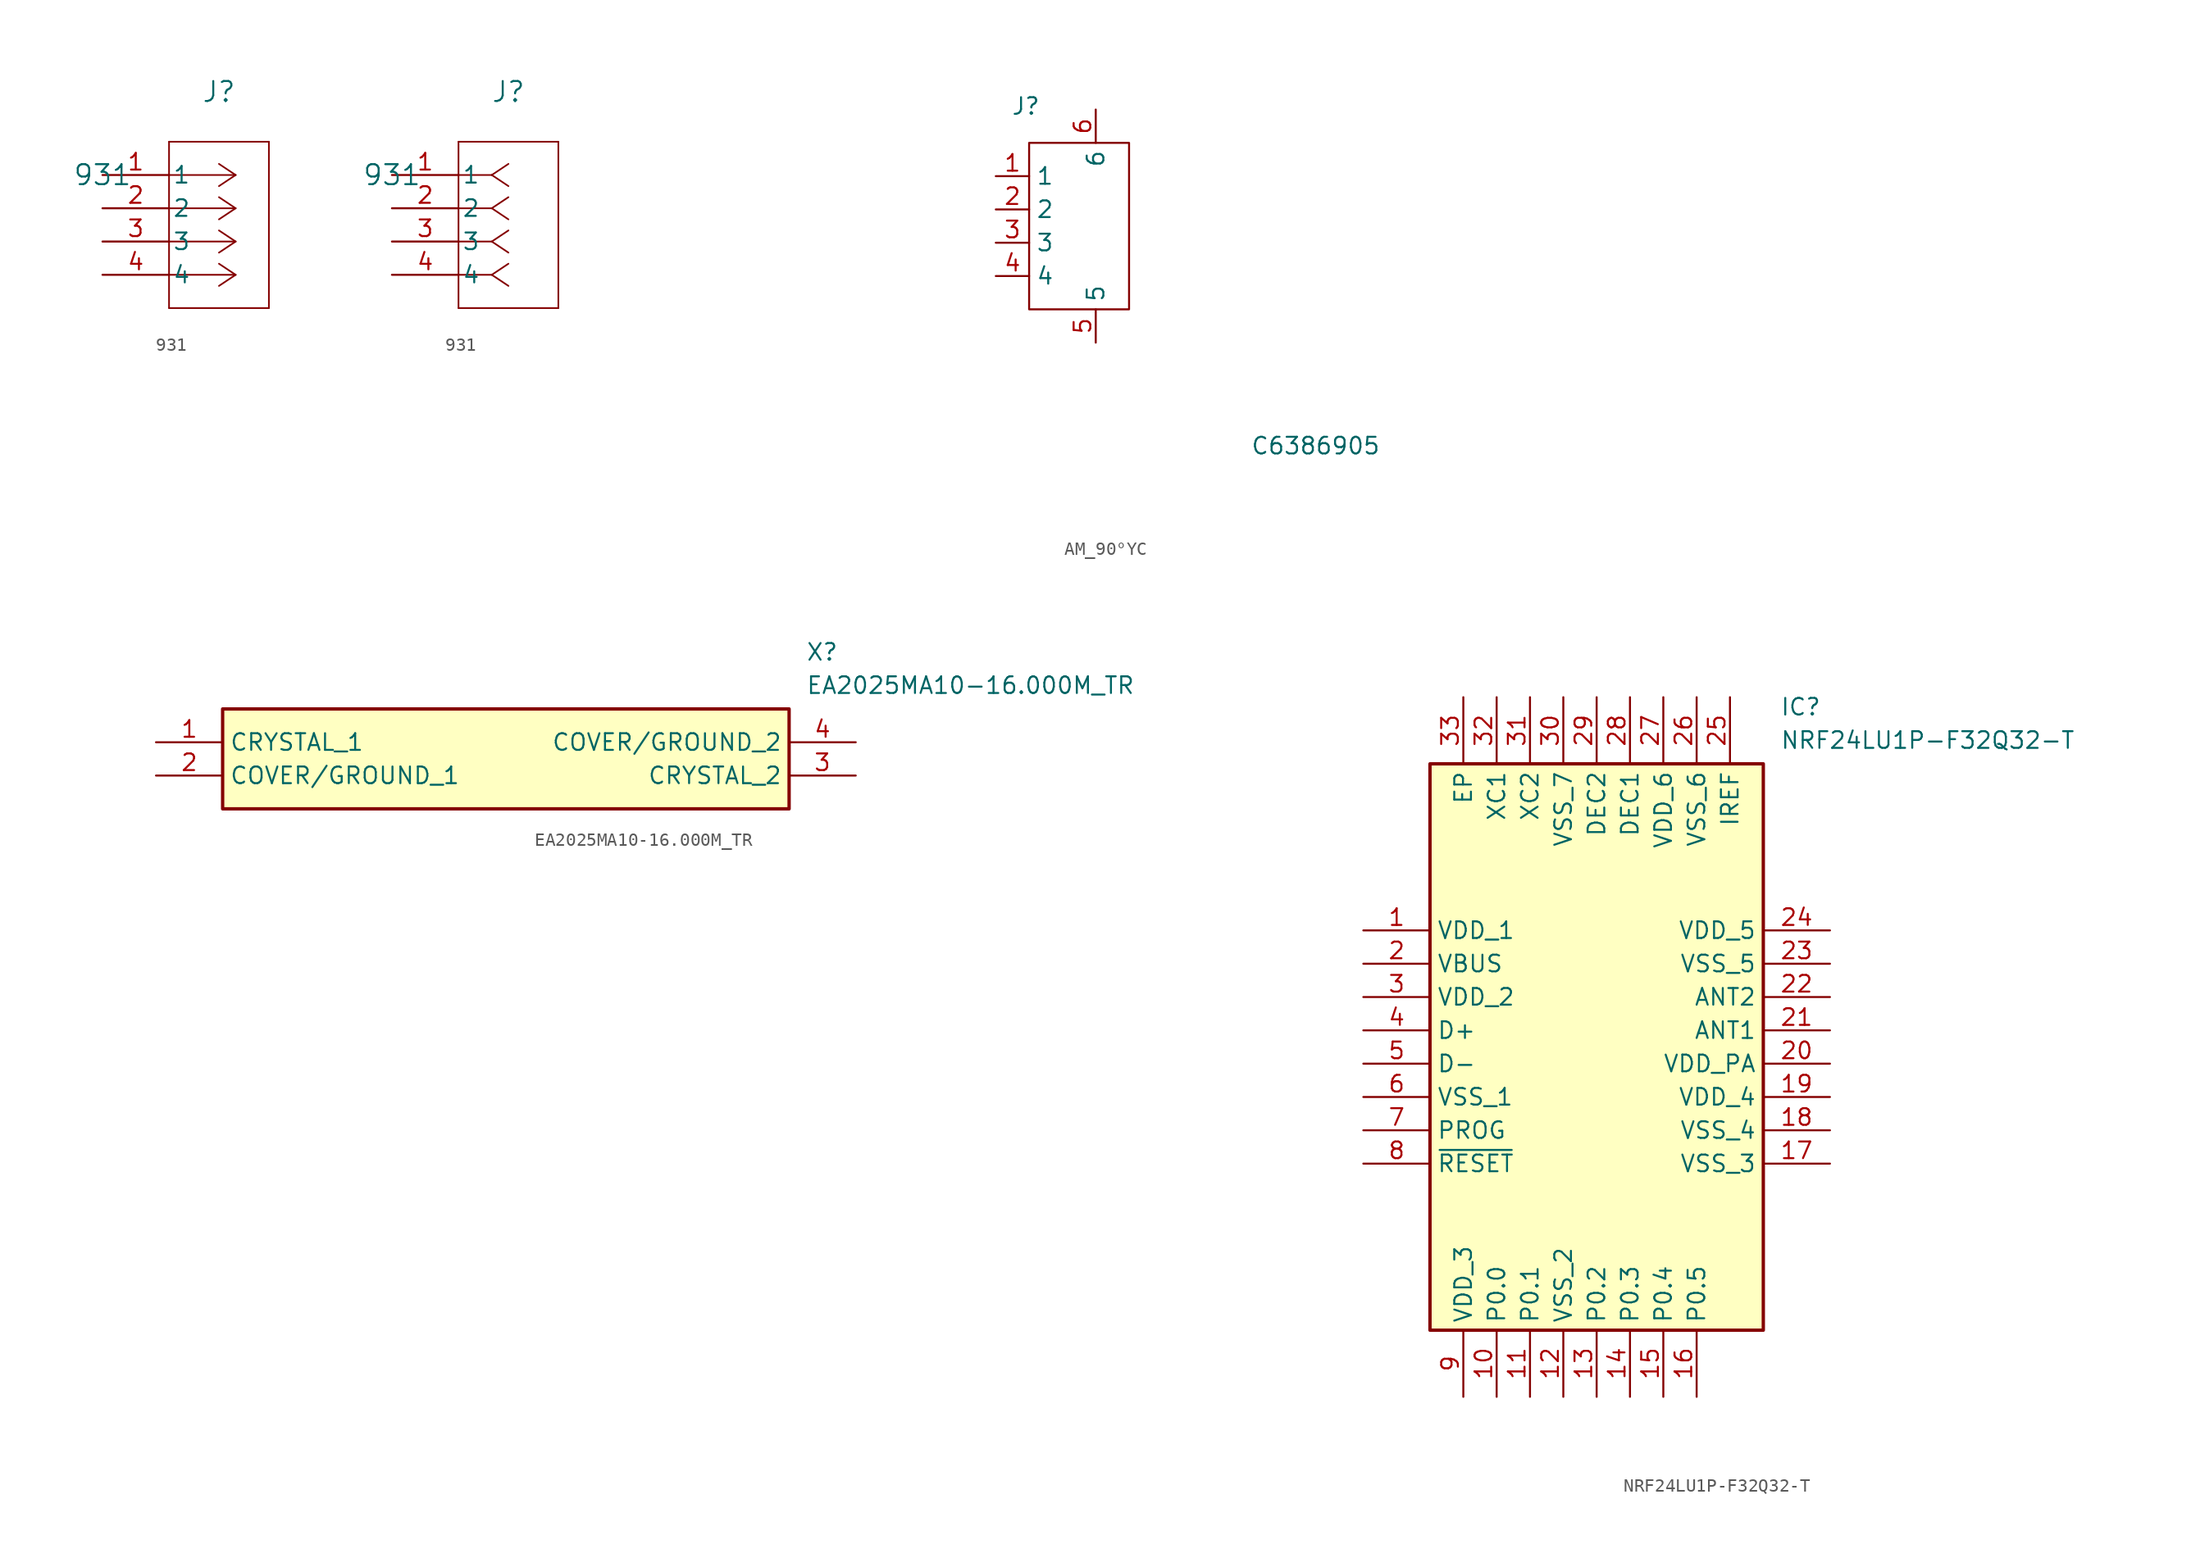
<source format=kicad_sym>
(kicad_symbol_lib
  (version 20231120)
  (generator "kicad_symbol_editor")
  (generator_version "8.0")
  (symbol "931"
    (pin_names
      (offset 0.254))
    (property "Reference" "J"
      (at 8.89 6.35 0)
      (effects (font (size 1.524 1.524))))
    (property "Value" "931"
      (at 0 0 0)
      (effects (font (size 1.524 1.524))))
    (symbol "931_1_1"
      (polyline (pts (xy 5.08 -10.16) (xy 12.7 -10.16)) (stroke (width 0.127) (type default)) (fill (type none)))
      (polyline (pts (xy 5.08 2.54) (xy 5.08 -10.16)) (stroke (width 0.127) (type default)) (fill (type none)))
      (polyline (pts (xy 10.16 -7.62) (xy 5.08 -7.62)) (stroke (width 0.127) (type default)) (fill (type none)))
      (polyline (pts (xy 10.16 -7.62) (xy 8.89 -8.467)) (stroke (width 0.127) (type default)) (fill (type none)))
      (polyline (pts (xy 10.16 -7.62) (xy 8.89 -6.773)) (stroke (width 0.127) (type default)) (fill (type none)))
      (polyline (pts (xy 10.16 -5.08) (xy 5.08 -5.08)) (stroke (width 0.127) (type default)) (fill (type none)))
      (polyline (pts (xy 10.16 -5.08) (xy 8.89 -5.927)) (stroke (width 0.127) (type default)) (fill (type none)))
      (polyline (pts (xy 10.16 -5.08) (xy 8.89 -4.233)) (stroke (width 0.127) (type default)) (fill (type none)))
      (polyline (pts (xy 10.16 -2.54) (xy 5.08 -2.54)) (stroke (width 0.127) (type default)) (fill (type none)))
      (polyline (pts (xy 10.16 -2.54) (xy 8.89 -3.387)) (stroke (width 0.127) (type default)) (fill (type none)))
      (polyline (pts (xy 10.16 -2.54) (xy 8.89 -1.693)) (stroke (width 0.127) (type default)) (fill (type none)))
      (polyline (pts (xy 10.16 0) (xy 5.08 0)) (stroke (width 0.127) (type default)) (fill (type none)))
      (polyline (pts (xy 10.16 0) (xy 8.89 -0.847)) (stroke (width 0.127) (type default)) (fill (type none)))
      (polyline (pts (xy 10.16 0) (xy 8.89 0.847)) (stroke (width 0.127) (type default)) (fill (type none)))
      (polyline (pts (xy 12.7 -10.16) (xy 12.7 2.54)) (stroke (width 0.127) (type default)) (fill (type none)))
      (polyline (pts (xy 12.7 2.54) (xy 5.08 2.54)) (stroke (width 0.127) (type default)) (fill (type none)))
      (pin unspecified line (at 0 0 0) (length 5.08) (name "1" (effects (font (size 1.27 1.27)))) (number "1" (effects (font (size 1.27 1.27)))))
      (pin unspecified line (at 0 -2.54 0) (length 5.08) (name "2" (effects (font (size 1.27 1.27)))) (number "2" (effects (font (size 1.27 1.27)))))
      (pin unspecified line (at 0 -5.08 0) (length 5.08) (name "3" (effects (font (size 1.27 1.27)))) (number "3" (effects (font (size 1.27 1.27)))))
      (pin unspecified line (at 0 -7.62 0) (length 5.08) (name "4" (effects (font (size 1.27 1.27)))) (number "4" (effects (font (size 1.27 1.27))))))
    (symbol "931_1_2"
      (polyline (pts (xy 5.08 -10.16) (xy 12.7 -10.16)) (stroke (width 0.127) (type default)) (fill (type none)))
      (polyline (pts (xy 5.08 2.54) (xy 5.08 -10.16)) (stroke (width 0.127) (type default)) (fill (type none)))
      (polyline (pts (xy 7.62 -7.62) (xy 5.08 -7.62)) (stroke (width 0.127) (type default)) (fill (type none)))
      (polyline (pts (xy 7.62 -7.62) (xy 8.89 -8.467)) (stroke (width 0.127) (type default)) (fill (type none)))
      (polyline (pts (xy 7.62 -7.62) (xy 8.89 -6.773)) (stroke (width 0.127) (type default)) (fill (type none)))
      (polyline (pts (xy 7.62 -5.08) (xy 5.08 -5.08)) (stroke (width 0.127) (type default)) (fill (type none)))
      (polyline (pts (xy 7.62 -5.08) (xy 8.89 -5.927)) (stroke (width 0.127) (type default)) (fill (type none)))
      (polyline (pts (xy 7.62 -5.08) (xy 8.89 -4.233)) (stroke (width 0.127) (type default)) (fill (type none)))
      (polyline (pts (xy 7.62 -2.54) (xy 5.08 -2.54)) (stroke (width 0.127) (type default)) (fill (type none)))
      (polyline (pts (xy 7.62 -2.54) (xy 8.89 -3.387)) (stroke (width 0.127) (type default)) (fill (type none)))
      (polyline (pts (xy 7.62 -2.54) (xy 8.89 -1.693)) (stroke (width 0.127) (type default)) (fill (type none)))
      (polyline (pts (xy 7.62 0) (xy 5.08 0)) (stroke (width 0.127) (type default)) (fill (type none)))
      (polyline (pts (xy 7.62 0) (xy 8.89 -0.847)) (stroke (width 0.127) (type default)) (fill (type none)))
      (polyline (pts (xy 7.62 0) (xy 8.89 0.847)) (stroke (width 0.127) (type default)) (fill (type none)))
      (polyline (pts (xy 12.7 -10.16) (xy 12.7 2.54)) (stroke (width 0.127) (type default)) (fill (type none)))
      (polyline (pts (xy 12.7 2.54) (xy 5.08 2.54)) (stroke (width 0.127) (type default)) (fill (type none)))
      (pin unspecified line (at 0 0 0) (length 5.08) (name "1" (effects (font (size 1.27 1.27)))) (number "1" (effects (font (size 1.27 1.27)))))
      (pin unspecified line (at 0 -2.54 0) (length 5.08) (name "2" (effects (font (size 1.27 1.27)))) (number "2" (effects (font (size 1.27 1.27)))))
      (pin unspecified line (at 0 -5.08 0) (length 5.08) (name "3" (effects (font (size 1.27 1.27)))) (number "3" (effects (font (size 1.27 1.27)))))
      (pin unspecified line (at 0 -7.62 0) (length 5.08) (name "4" (effects (font (size 1.27 1.27)))) (number "4" (effects (font (size 1.27 1.27)))))))
  (symbol "AM_90°YC"
    (property "Reference" "J"
      (at -5.334 0.254 0)
      (effects (font (size 1.27 1.27))))
    (property "Value" " C6386905"
      (at 16.764 -25.654 0)
      (effects (font (size 1.27 1.27))))
    (symbol "AM_90°YC_0_1"
      (rectangle (start -5.08 -2.54) (end 2.54 -15.24) (stroke (width 0) (type default)) (fill (type none))))
    (symbol "AM_90°YC_1_1"
      (text private "AM 90°YC - USB-A 2.0" (at -0.762 -25.4 0) (effects (font (size 1.27 1.27))))
      (text private "https://jlcpcb.com/partdetail/SHOUHAN-AM_90YC/C6386905" (at 0.762 -28.448 0) (effects (font (size 1.27 1.27))))
      (pin input line (at -7.62 -5.08 0) (length 2.54) (name "1" (effects (font (size 1.27 1.27)))) (number "1" (effects (font (size 1.27 1.27)))))
      (pin input line (at -7.62 -7.62 0) (length 2.54) (name "2" (effects (font (size 1.27 1.27)))) (number "2" (effects (font (size 1.27 1.27)))))
      (pin input line (at -7.62 -10.16 0) (length 2.54) (name "3" (effects (font (size 1.27 1.27)))) (number "3" (effects (font (size 1.27 1.27)))))
      (pin input line (at -7.62 -12.7 0) (length 2.54) (name "4" (effects (font (size 1.27 1.27)))) (number "4" (effects (font (size 1.27 1.27)))))
      (pin input line (at 0 -17.78 90) (length 2.54) (name "5" (effects (font (size 1.27 1.27)))) (number "5" (effects (font (size 1.27 1.27)))))
      (pin input line (at 0 0 270) (length 2.54) (name "6" (effects (font (size 1.27 1.27)))) (number "6" (effects (font (size 1.27 1.27)))))))
  (symbol "EA2025MA10-16.000M_TR"
    (property "Reference" "X"
      (at 49.53 7.62 0)
      (effects (font (size 1.27 1.27)) (justify left top)))
    (property "Value" "EA2025MA10-16.000M_TR"
      (at 49.53 5.08 0)
      (effects (font (size 1.27 1.27)) (justify left top)))
    (symbol "EA2025MA10-16.000M_TR_1_1"
      (rectangle (start 5.08 2.54) (end 48.26 -5.08) (stroke (width 0.254) (type default)) (fill (type background)))
      (pin passive line (at 0 0 0) (length 5.08) (name "CRYSTAL_1" (effects (font (size 1.27 1.27)))) (number "1" (effects (font (size 1.27 1.27)))))
      (pin passive line (at 0 -2.54 0) (length 5.08) (name "COVER/GROUND_1" (effects (font (size 1.27 1.27)))) (number "2" (effects (font (size 1.27 1.27)))))
      (pin passive line (at 53.34 -2.54 180) (length 5.08) (name "CRYSTAL_2" (effects (font (size 1.27 1.27)))) (number "3" (effects (font (size 1.27 1.27)))))
      (pin passive line (at 53.34 0 180) (length 5.08) (name "COVER/GROUND_2" (effects (font (size 1.27 1.27)))) (number "4" (effects (font (size 1.27 1.27)))))))
  (symbol "NRF24LU1P-F32Q32-T"
    (property "Reference" "IC"
      (at 31.75 17.78 0)
      (effects (font (size 1.27 1.27)) (justify left top)))
    (property "Value" "NRF24LU1P-F32Q32-T"
      (at 31.75 15.24 0)
      (effects (font (size 1.27 1.27)) (justify left top)))
    (symbol "NRF24LU1P-F32Q32-T_1_1"
      (rectangle (start 5.08 12.7) (end 30.48 -30.48) (stroke (width 0.254) (type default)) (fill (type background)))
      (pin passive line (at 0 0 0) (length 5.08) (name "VDD_1" (effects (font (size 1.27 1.27)))) (number "1" (effects (font (size 1.27 1.27)))))
      (pin passive line (at 10.16 -35.56 90) (length 5.08) (name "P0.0" (effects (font (size 1.27 1.27)))) (number "10" (effects (font (size 1.27 1.27)))))
      (pin passive line (at 12.7 -35.56 90) (length 5.08) (name "P0.1" (effects (font (size 1.27 1.27)))) (number "11" (effects (font (size 1.27 1.27)))))
      (pin passive line (at 15.24 -35.56 90) (length 5.08) (name "VSS_2" (effects (font (size 1.27 1.27)))) (number "12" (effects (font (size 1.27 1.27)))))
      (pin passive line (at 17.78 -35.56 90) (length 5.08) (name "P0.2" (effects (font (size 1.27 1.27)))) (number "13" (effects (font (size 1.27 1.27)))))
      (pin passive line (at 20.32 -35.56 90) (length 5.08) (name "P0.3" (effects (font (size 1.27 1.27)))) (number "14" (effects (font (size 1.27 1.27)))))
      (pin passive line (at 22.86 -35.56 90) (length 5.08) (name "P0.4" (effects (font (size 1.27 1.27)))) (number "15" (effects (font (size 1.27 1.27)))))
      (pin passive line (at 25.4 -35.56 90) (length 5.08) (name "P0.5" (effects (font (size 1.27 1.27)))) (number "16" (effects (font (size 1.27 1.27)))))
      (pin passive line (at 35.56 -17.78 180) (length 5.08) (name "VSS_3" (effects (font (size 1.27 1.27)))) (number "17" (effects (font (size 1.27 1.27)))))
      (pin passive line (at 35.56 -15.24 180) (length 5.08) (name "VSS_4" (effects (font (size 1.27 1.27)))) (number "18" (effects (font (size 1.27 1.27)))))
      (pin passive line (at 35.56 -12.7 180) (length 5.08) (name "VDD_4" (effects (font (size 1.27 1.27)))) (number "19" (effects (font (size 1.27 1.27)))))
      (pin passive line (at 0 -2.54 0) (length 5.08) (name "VBUS" (effects (font (size 1.27 1.27)))) (number "2" (effects (font (size 1.27 1.27)))))
      (pin passive line (at 35.56 -10.16 180) (length 5.08) (name "VDD_PA" (effects (font (size 1.27 1.27)))) (number "20" (effects (font (size 1.27 1.27)))))
      (pin passive line (at 35.56 -7.62 180) (length 5.08) (name "ANT1" (effects (font (size 1.27 1.27)))) (number "21" (effects (font (size 1.27 1.27)))))
      (pin passive line (at 35.56 -5.08 180) (length 5.08) (name "ANT2" (effects (font (size 1.27 1.27)))) (number "22" (effects (font (size 1.27 1.27)))))
      (pin passive line (at 35.56 -2.54 180) (length 5.08) (name "VSS_5" (effects (font (size 1.27 1.27)))) (number "23" (effects (font (size 1.27 1.27)))))
      (pin passive line (at 35.56 0 180) (length 5.08) (name "VDD_5" (effects (font (size 1.27 1.27)))) (number "24" (effects (font (size 1.27 1.27)))))
      (pin passive line (at 27.94 17.78 270) (length 5.08) (name "IREF" (effects (font (size 1.27 1.27)))) (number "25" (effects (font (size 1.27 1.27)))))
      (pin passive line (at 25.4 17.78 270) (length 5.08) (name "VSS_6" (effects (font (size 1.27 1.27)))) (number "26" (effects (font (size 1.27 1.27)))))
      (pin passive line (at 22.86 17.78 270) (length 5.08) (name "VDD_6" (effects (font (size 1.27 1.27)))) (number "27" (effects (font (size 1.27 1.27)))))
      (pin passive line (at 20.32 17.78 270) (length 5.08) (name "DEC1" (effects (font (size 1.27 1.27)))) (number "28" (effects (font (size 1.27 1.27)))))
      (pin passive line (at 17.78 17.78 270) (length 5.08) (name "DEC2" (effects (font (size 1.27 1.27)))) (number "29" (effects (font (size 1.27 1.27)))))
      (pin passive line (at 0 -5.08 0) (length 5.08) (name "VDD_2" (effects (font (size 1.27 1.27)))) (number "3" (effects (font (size 1.27 1.27)))))
      (pin passive line (at 15.24 17.78 270) (length 5.08) (name "VSS_7" (effects (font (size 1.27 1.27)))) (number "30" (effects (font (size 1.27 1.27)))))
      (pin passive line (at 12.7 17.78 270) (length 5.08) (name "XC2" (effects (font (size 1.27 1.27)))) (number "31" (effects (font (size 1.27 1.27)))))
      (pin passive line (at 10.16 17.78 270) (length 5.08) (name "XC1" (effects (font (size 1.27 1.27)))) (number "32" (effects (font (size 1.27 1.27)))))
      (pin passive line (at 7.62 17.78 270) (length 5.08) (name "EP" (effects (font (size 1.27 1.27)))) (number "33" (effects (font (size 1.27 1.27)))))
      (pin passive line (at 0 -7.62 0) (length 5.08) (name "D+" (effects (font (size 1.27 1.27)))) (number "4" (effects (font (size 1.27 1.27)))))
      (pin passive line (at 0 -10.16 0) (length 5.08) (name "D-" (effects (font (size 1.27 1.27)))) (number "5" (effects (font (size 1.27 1.27)))))
      (pin passive line (at 0 -12.7 0) (length 5.08) (name "VSS_1" (effects (font (size 1.27 1.27)))) (number "6" (effects (font (size 1.27 1.27)))))
      (pin passive line (at 0 -15.24 0) (length 5.08) (name "PROG" (effects (font (size 1.27 1.27)))) (number "7" (effects (font (size 1.27 1.27)))))
      (pin passive line (at 0 -17.78 0) (length 5.08) (name "~{RESET}" (effects (font (size 1.27 1.27)))) (number "8" (effects (font (size 1.27 1.27)))))
      (pin passive line (at 7.62 -35.56 90) (length 5.08) (name "VDD_3" (effects (font (size 1.27 1.27)))) (number "9" (effects (font (size 1.27 1.27))))))))
</source>
